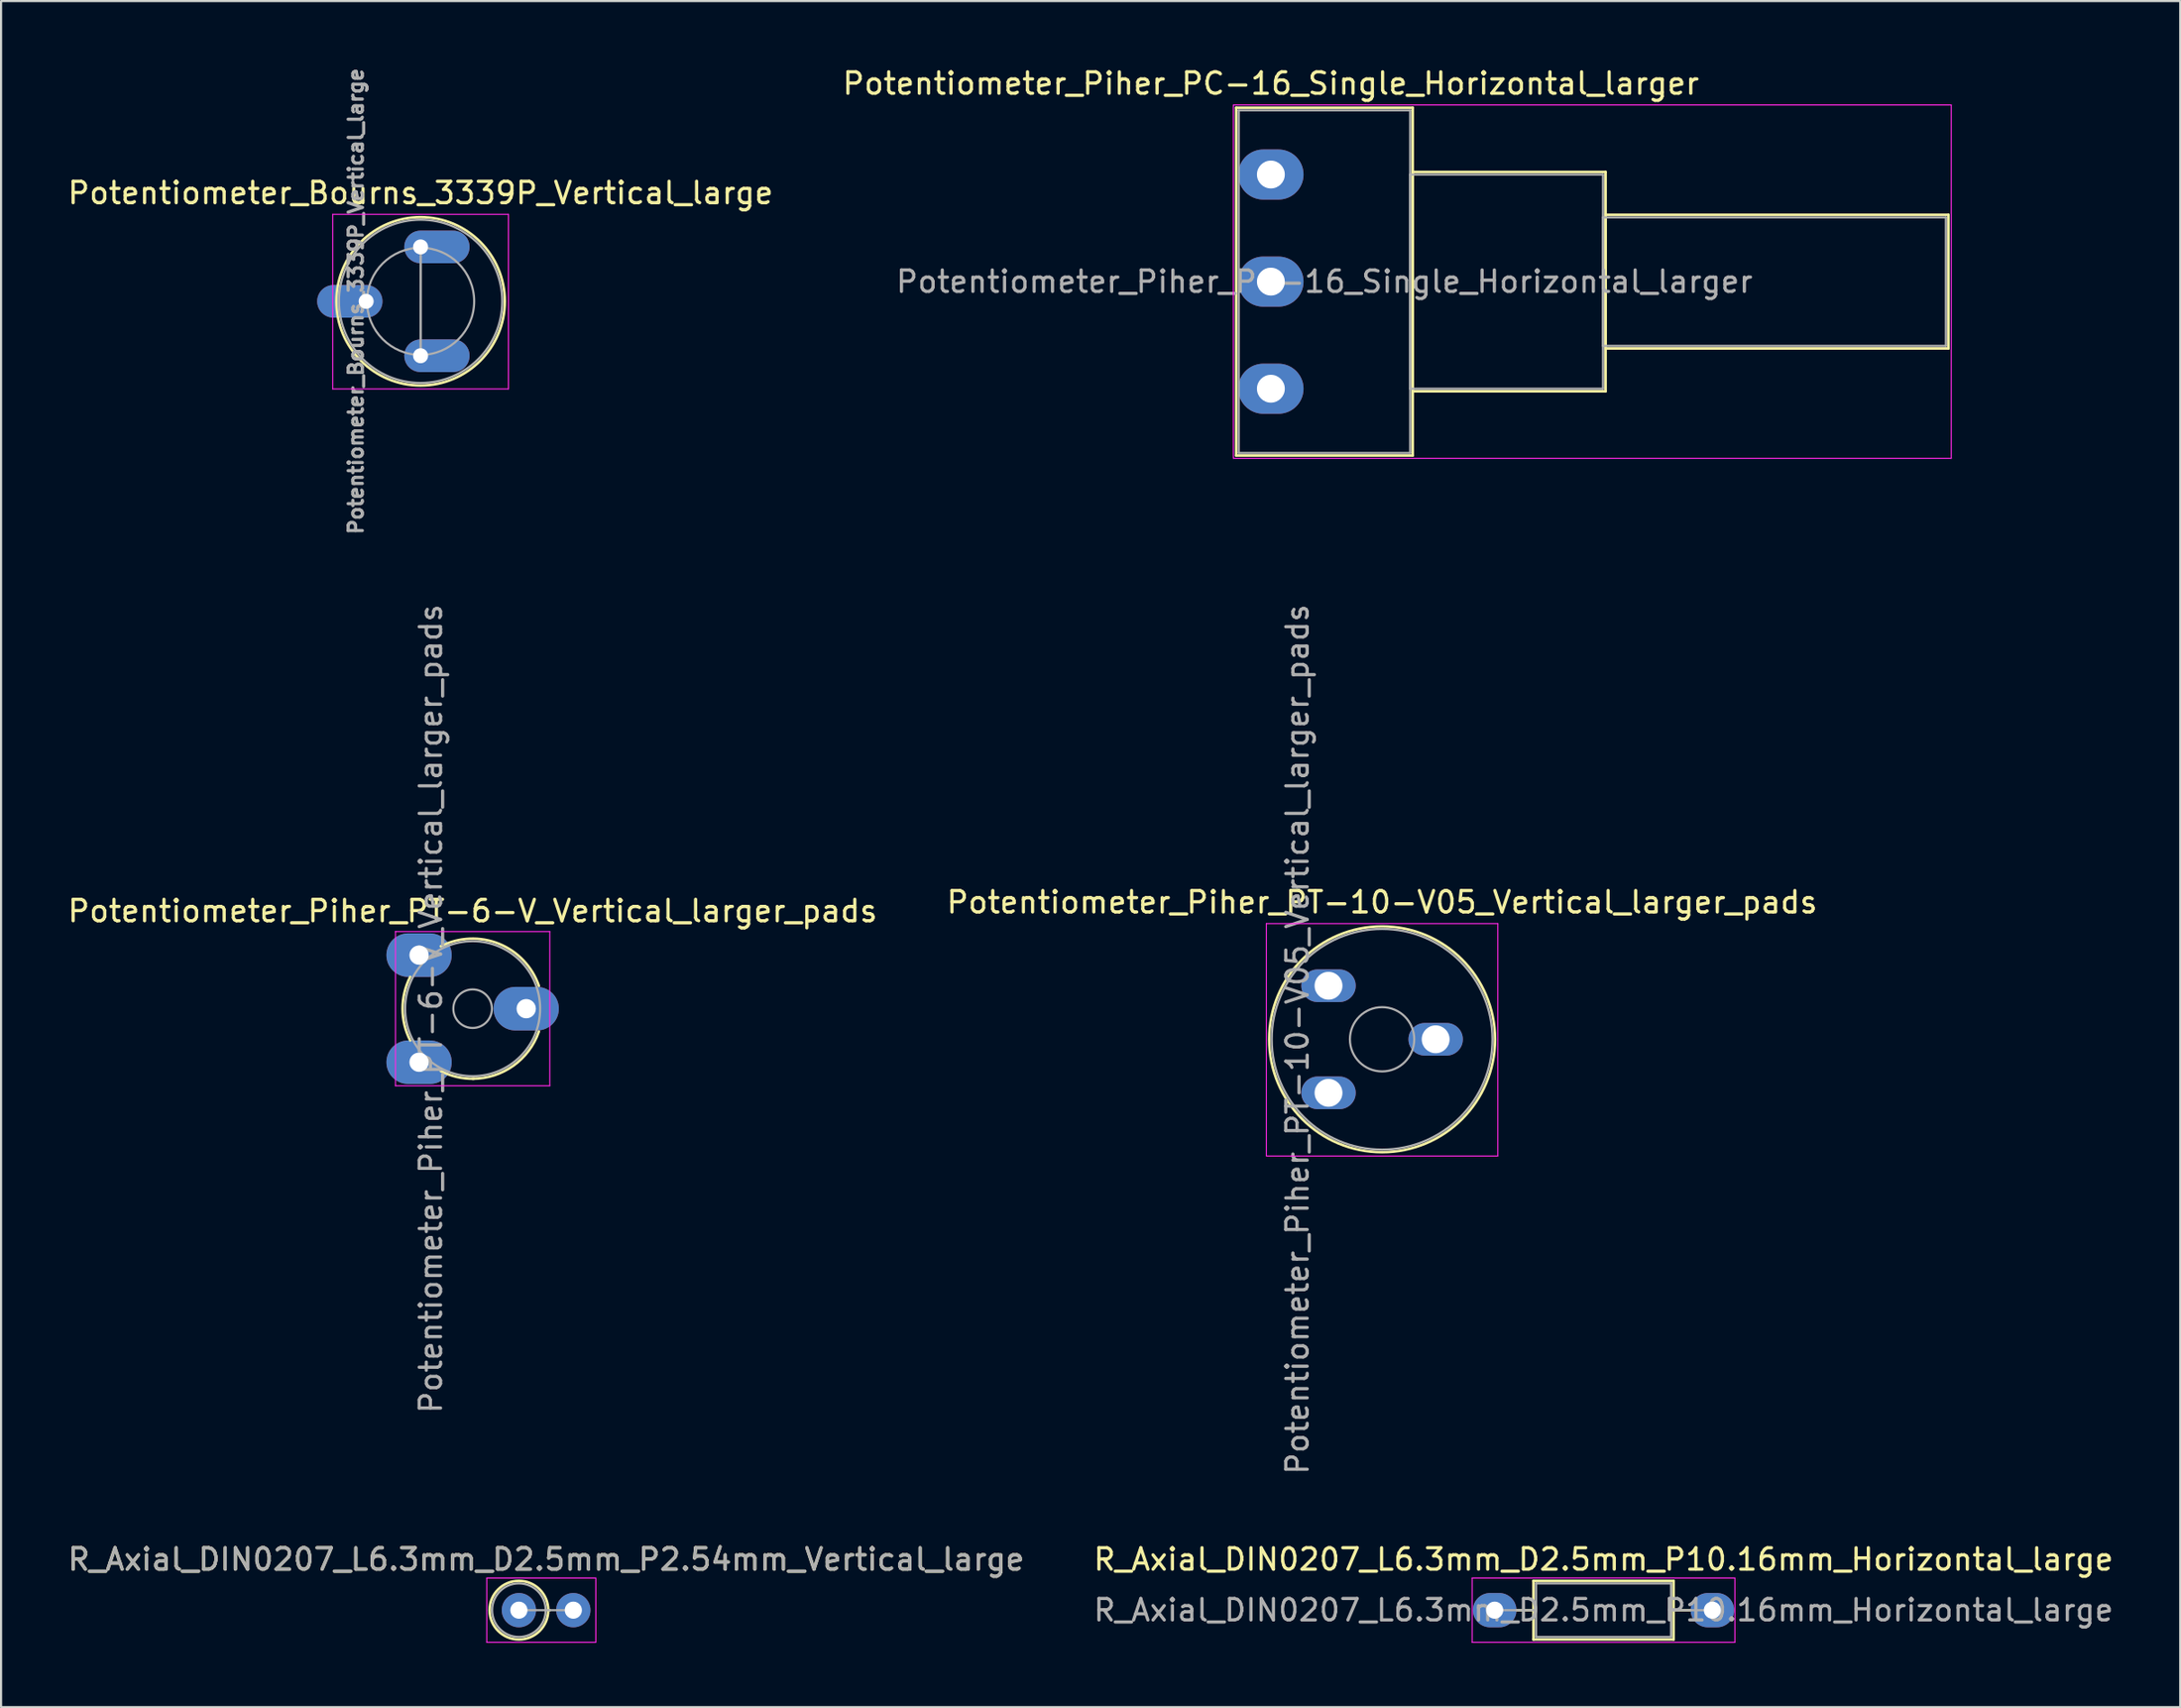
<source format=kicad_pcb>
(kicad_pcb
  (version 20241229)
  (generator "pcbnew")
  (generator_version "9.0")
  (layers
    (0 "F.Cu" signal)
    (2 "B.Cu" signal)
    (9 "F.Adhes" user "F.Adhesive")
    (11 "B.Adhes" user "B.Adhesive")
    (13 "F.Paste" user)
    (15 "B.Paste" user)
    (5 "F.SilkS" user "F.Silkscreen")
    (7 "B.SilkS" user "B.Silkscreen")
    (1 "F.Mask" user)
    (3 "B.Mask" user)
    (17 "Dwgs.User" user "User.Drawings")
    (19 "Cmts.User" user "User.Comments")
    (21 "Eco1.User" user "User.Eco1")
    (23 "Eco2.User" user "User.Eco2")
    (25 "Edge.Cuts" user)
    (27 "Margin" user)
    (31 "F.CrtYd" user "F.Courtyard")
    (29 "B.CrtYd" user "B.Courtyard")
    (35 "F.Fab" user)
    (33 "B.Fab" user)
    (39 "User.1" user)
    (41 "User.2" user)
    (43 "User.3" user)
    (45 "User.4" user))
  (footprint "Potentiometer_Bourns_3339P_Vertical_large"
    (layer "F.Cu")
    (at 16.577 13.558)
    (property "Reference" "Potentiometer_Bourns_3339P_Vertical_large" (at 0 -7.6 0) (layer "F.SilkS") (effects (font (size 1 1) (thickness 0.15))))
    (attr through_hole)
    (fp_circle (center 0 -2.54) (end 3.93 -2.54) (stroke (width 0.12) (type solid)) (fill no) (layer "F.SilkS"))
    (fp_line (start -4.1 -6.6) (end -4.1 1.55) (stroke (width 0.05) (type solid)) (layer "F.CrtYd"))
    (fp_line (start -4.1 1.55) (end 4.1 1.55) (stroke (width 0.05) (type solid)) (layer "F.CrtYd"))
    (fp_line (start 4.1 -6.6) (end -4.1 -6.6) (stroke (width 0.05) (type solid)) (layer "F.CrtYd"))
    (fp_line (start 4.1 1.55) (end 4.1 -6.6) (stroke (width 0.05) (type solid)) (layer "F.CrtYd"))
    (fp_line (start 0 -0.064) (end 0.001 -5.014) (stroke (width 0.1) (type solid)) (layer "F.Fab"))
    (fp_line (start 0 -0.064) (end 0.001 -5.014) (stroke (width 0.1) (type solid)) (layer "F.Fab"))
    (fp_circle (center 0 -2.54) (end 2.5 -2.54) (stroke (width 0.1) (type solid)) (fill no) (layer "F.Fab"))
    (fp_circle (center 0 -2.54) (end 3.81 -2.54) (stroke (width 0.1) (type solid)) (fill no) (layer "F.Fab"))
    (fp_text user "${REFERENCE}" (at -3.018 -2.54 90) (layer "F.Fab") (effects (font (size 0.66 0.66) (thickness 0.15))))
    (pad "1" thru_hole oval (at 0 0) (size 3.048 1.524) (drill 0.7 (offset 0.762 0)) (layers "*.Cu" "*.Mask"))
    (pad "2" thru_hole oval (at -2.54 -2.54) (size 3.048 1.524) (drill 0.7 (offset -0.762 0)) (layers "*.Cu" "*.Mask"))
    (pad "3" thru_hole oval (at 0 -5.08) (size 3.048 1.524) (drill 0.7 (offset 0.762 0)) (layers "*.Cu" "*.Mask")))
  (footprint "Potentiometer_Piher_PT-6-V_Vertical_larger_pads"
    (layer "F.Cu")
    (at 16.506 46.541)
    (property "Reference" "Potentiometer_Piher_PT-6-V_Vertical_larger_pads" (at 2.5 -7.06 0) (layer "F.SilkS") (effects (font (size 1 1) (thickness 0.15))))
    (attr through_hole)
    (fp_arc (start -0.413387 -1.014798) (mid -0.770114 -2.499325) (end -0.414 -3.984) (stroke (width 0.12) (type solid)) (layer "F.SilkS"))
    (fp_arc (start 1.016032 -5.413829) (mid 3.725524 -5.531609) (end 5.592 -3.564) (stroke (width 0.12) (type solid)) (layer "F.SilkS"))
    (fp_arc (start 2.556863 0.770075) (mid 1.764071 0.686696) (end 1.015 0.414) (stroke (width 0.12) (type solid)) (layer "F.SilkS"))
    (fp_arc (start 5.591846 -1.435392) (mid 4.398899 0.162158) (end 2.5 0.77) (stroke (width 0.12) (type solid)) (layer "F.SilkS"))
    (fp_line (start -1.1 -6.1) (end -1.1 1.1) (stroke (width 0.05) (type solid)) (layer "F.CrtYd"))
    (fp_line (start -1.1 1.1) (end 6.1 1.1) (stroke (width 0.05) (type solid)) (layer "F.CrtYd"))
    (fp_line (start 6.1 -6.1) (end -1.1 -6.1) (stroke (width 0.05) (type solid)) (layer "F.CrtYd"))
    (fp_line (start 6.1 1.1) (end 6.1 -6.1) (stroke (width 0.05) (type solid)) (layer "F.CrtYd"))
    (fp_circle (center 2.5 -2.5) (end 3.4 -2.5) (stroke (width 0.1) (type solid)) (fill no) (layer "F.Fab"))
    (fp_circle (center 2.5 -2.5) (end 5.65 -2.5) (stroke (width 0.1) (type solid)) (fill no) (layer "F.Fab"))
    (fp_text user "${REFERENCE}" (at 0.55 -2.5 90) (layer "F.Fab") (effects (font (size 1 1) (thickness 0.15))))
    (pad "1" thru_hole oval (at 0 0) (size 3.048 2.032) (drill 0.9) (layers "*.Cu" "*.Mask"))
    (pad "2" thru_hole oval (at 5 -2.5) (size 3.048 2.032) (drill 0.9) (layers "*.Cu" "*.Mask"))
    (pad "3" thru_hole oval (at 0 -5) (size 3.048 2.032) (drill 0.9) (layers "*.Cu" "*.Mask")))
  (footprint "Potentiometer_Piher_PC-16_Single_Horizontal_larger"
    (layer "F.Cu")
    (at 56.256 15.098)
    (property "Reference" "Potentiometer_Piher_PC-16_Single_Horizontal_larger" (at 0 -14.25 0) (layer "F.SilkS") (effects (font (size 1 1) (thickness 0.15))))
    (attr through_hole)
    (fp_line (start -1.62 -13.12) (end -1.62 3.12) (stroke (width 0.12) (type solid)) (layer "F.SilkS"))
    (fp_line (start -1.62 -13.12) (end 6.62 -13.12) (stroke (width 0.12) (type solid)) (layer "F.SilkS"))
    (fp_line (start -1.62 3.12) (end 6.62 3.12) (stroke (width 0.12) (type solid)) (layer "F.SilkS"))
    (fp_line (start 6.62 -13.12) (end 6.62 3.12) (stroke (width 0.12) (type solid)) (layer "F.SilkS"))
    (fp_line (start 6.62 -10.12) (end 6.62 0.12) (stroke (width 0.12) (type solid)) (layer "F.SilkS"))
    (fp_line (start 6.62 -10.12) (end 15.62 -10.12) (stroke (width 0.12) (type solid)) (layer "F.SilkS"))
    (fp_line (start 6.62 0.12) (end 15.62 0.12) (stroke (width 0.12) (type solid)) (layer "F.SilkS"))
    (fp_line (start 15.62 -10.12) (end 15.62 0.12) (stroke (width 0.12) (type solid)) (layer "F.SilkS"))
    (fp_line (start 15.62 -8.12) (end 15.62 -1.879) (stroke (width 0.12) (type solid)) (layer "F.SilkS"))
    (fp_line (start 15.62 -8.12) (end 31.62 -8.12) (stroke (width 0.12) (type solid)) (layer "F.SilkS"))
    (fp_line (start 15.62 -1.879) (end 31.62 -1.879) (stroke (width 0.12) (type solid)) (layer "F.SilkS"))
    (fp_line (start 31.62 -8.12) (end 31.62 -1.879) (stroke (width 0.12) (type solid)) (layer "F.SilkS"))
    (fp_line (start -1.75 -13.25) (end -1.75 3.25) (stroke (width 0.05) (type solid)) (layer "F.CrtYd"))
    (fp_line (start -1.75 3.25) (end 31.75 3.25) (stroke (width 0.05) (type solid)) (layer "F.CrtYd"))
    (fp_line (start 31.75 -13.25) (end -1.75 -13.25) (stroke (width 0.05) (type solid)) (layer "F.CrtYd"))
    (fp_line (start 31.75 3.25) (end 31.75 -13.25) (stroke (width 0.05) (type solid)) (layer "F.CrtYd"))
    (fp_line (start -1.5 -13) (end -1.5 3) (stroke (width 0.1) (type solid)) (layer "F.Fab"))
    (fp_line (start -1.5 3) (end 6.5 3) (stroke (width 0.1) (type solid)) (layer "F.Fab"))
    (fp_line (start 6.5 -13) (end -1.5 -13) (stroke (width 0.1) (type solid)) (layer "F.Fab"))
    (fp_line (start 6.5 -10) (end 6.5 0) (stroke (width 0.1) (type solid)) (layer "F.Fab"))
    (fp_line (start 6.5 0) (end 15.5 0) (stroke (width 0.1) (type solid)) (layer "F.Fab"))
    (fp_line (start 6.5 3) (end 6.5 -13) (stroke (width 0.1) (type solid)) (layer "F.Fab"))
    (fp_line (start 15.5 -10) (end 6.5 -10) (stroke (width 0.1) (type solid)) (layer "F.Fab"))
    (fp_line (start 15.5 -8) (end 15.5 -2) (stroke (width 0.1) (type solid)) (layer "F.Fab"))
    (fp_line (start 15.5 -2) (end 31.5 -2) (stroke (width 0.1) (type solid)) (layer "F.Fab"))
    (fp_line (start 15.5 0) (end 15.5 -10) (stroke (width 0.1) (type solid)) (layer "F.Fab"))
    (fp_line (start 31.5 -8) (end 15.5 -8) (stroke (width 0.1) (type solid)) (layer "F.Fab"))
    (fp_line (start 31.5 -2) (end 31.5 -8) (stroke (width 0.1) (type solid)) (layer "F.Fab"))
    (fp_text user "${REFERENCE}" (at 2.5 -5 0) (layer "F.Fab") (effects (font (size 1 1) (thickness 0.15))))
    (pad "1" thru_hole oval (at 0 0) (size 3.048 2.34) (drill 1.3) (layers "*.Cu" "*.Mask"))
    (pad "2" thru_hole oval (at 0 -5) (size 3.048 2.34) (drill 1.3) (layers "*.Cu" "*.Mask"))
    (pad "3" thru_hole oval (at 0 -10) (size 3.048 2.34) (drill 1.3) (layers "*.Cu" "*.Mask")))
  (footprint "Potentiometer_Piher_PT-10-V05_Vertical_larger_pads"
    (layer "F.Cu")
    (at 58.946 47.97)
    (property "Reference" "Potentiometer_Piher_PT-10-V05_Vertical_larger_pads" (at 2.5 -8.9 0) (layer "F.SilkS") (effects (font (size 1 1) (thickness 0.15))))
    (attr through_hole)
    (fp_circle (center 2.501 -2.5) (end 7.771 -2.5) (stroke (width 0.12) (type solid)) (fill no) (layer "F.SilkS"))
    (fp_line (start -2.9 -7.9) (end -2.9 2.95) (stroke (width 0.05) (type solid)) (layer "F.CrtYd"))
    (fp_line (start -2.9 2.95) (end 7.9 2.95) (stroke (width 0.05) (type solid)) (layer "F.CrtYd"))
    (fp_line (start 7.9 -7.9) (end -2.9 -7.9) (stroke (width 0.05) (type solid)) (layer "F.CrtYd"))
    (fp_line (start 7.9 2.95) (end 7.9 -7.9) (stroke (width 0.05) (type solid)) (layer "F.CrtYd"))
    (fp_circle (center 2.5 -2.5) (end 4 -2.5) (stroke (width 0.1) (type solid)) (fill no) (layer "F.Fab"))
    (fp_circle (center 2.5 -2.5) (end 7.65 -2.5) (stroke (width 0.1) (type solid)) (fill no) (layer "F.Fab"))
    (fp_text user "${REFERENCE}" (at -1.45 -2.5 90) (layer "F.Fab") (effects (font (size 1 1) (thickness 0.15))))
    (pad "1" thru_hole oval (at 0 0) (size 2.54 1.524) (drill 1.3) (layers "*.Cu" "*.Mask"))
    (pad "2" thru_hole oval (at 5 -2.5) (size 2.54 1.524) (drill 1.3) (layers "*.Cu" "*.Mask"))
    (pad "3" thru_hole oval (at 0 -5) (size 2.54 1.524) (drill 1.3) (layers "*.Cu" "*.Mask")))
  (footprint "R_Axial_DIN0207_L6.3mm_D2.5mm_P2.54mm_Vertical_large"
    (layer "F.Cu")
    (at 21.165 72.122)
    (property "Reference" "R_Axial_DIN0207_L6.3mm_D2.5mm_P2.54mm_Vertical_large" (at 1.27 -2.37 0) (layer "F.SilkS") (effects (font (size 1 1) (thickness 0.15))))
    (attr through_hole)
    (fp_line (start 1.37 0) (end 1.44 0) (stroke (width 0.12) (type solid)) (layer "F.SilkS"))
    (fp_circle (center 0 0) (end 1.37 0) (stroke (width 0.12) (type solid)) (fill no) (layer "F.SilkS"))
    (fp_line (start -1.5 -1.5) (end -1.5 1.5) (stroke (width 0.05) (type solid)) (layer "F.CrtYd"))
    (fp_line (start -1.5 1.5) (end 3.59 1.5) (stroke (width 0.05) (type solid)) (layer "F.CrtYd"))
    (fp_line (start 3.59 -1.5) (end -1.5 -1.5) (stroke (width 0.05) (type solid)) (layer "F.CrtYd"))
    (fp_line (start 3.59 1.5) (end 3.59 -1.5) (stroke (width 0.05) (type solid)) (layer "F.CrtYd"))
    (fp_line (start 0 0) (end 2.54 0) (stroke (width 0.1) (type solid)) (layer "F.Fab"))
    (fp_circle (center 0 0) (end 1.25 0) (stroke (width 0.1) (type solid)) (fill no) (layer "F.Fab"))
    (fp_text user "${REFERENCE}" (at 1.27 -2.37 0) (layer "F.Fab") (effects (font (size 1 1) (thickness 0.15))))
    (pad "1" thru_hole circle (at 0 0) (size 1.6 1.6) (drill 0.8) (layers "*.Cu" "*.Mask"))
    (pad "2" thru_hole oval (at 2.54 0) (size 1.6 1.6) (drill 0.8) (layers "*.Cu" "*.Mask")))
  (footprint "R_Axial_DIN0207_L6.3mm_D2.5mm_P10.16mm_Horizontal_large"
    (layer "F.Cu")
    (at 66.7 72.122)
    (property "Reference" "R_Axial_DIN0207_L6.3mm_D2.5mm_P10.16mm_Horizontal_large" (at 5.08 -2.37 0) (layer "F.SilkS") (effects (font (size 1 1) (thickness 0.15))))
    (attr through_hole)
    (fp_line (start 1.04 0) (end 1.81 0) (stroke (width 0.12) (type solid)) (layer "F.SilkS"))
    (fp_line (start 1.81 -1.37) (end 1.81 1.37) (stroke (width 0.12) (type solid)) (layer "F.SilkS"))
    (fp_line (start 1.81 1.37) (end 8.35 1.37) (stroke (width 0.12) (type solid)) (layer "F.SilkS"))
    (fp_line (start 8.35 -1.37) (end 1.81 -1.37) (stroke (width 0.12) (type solid)) (layer "F.SilkS"))
    (fp_line (start 8.35 1.37) (end 8.35 -1.37) (stroke (width 0.12) (type solid)) (layer "F.SilkS"))
    (fp_line (start 9.12 0) (end 8.35 0) (stroke (width 0.12) (type solid)) (layer "F.SilkS"))
    (fp_line (start -1.05 -1.5) (end -1.05 1.5) (stroke (width 0.05) (type solid)) (layer "F.CrtYd"))
    (fp_line (start -1.05 1.5) (end 11.21 1.5) (stroke (width 0.05) (type solid)) (layer "F.CrtYd"))
    (fp_line (start 11.21 -1.5) (end -1.05 -1.5) (stroke (width 0.05) (type solid)) (layer "F.CrtYd"))
    (fp_line (start 11.21 1.5) (end 11.21 -1.5) (stroke (width 0.05) (type solid)) (layer "F.CrtYd"))
    (fp_line (start 0 0) (end 1.93 0) (stroke (width 0.1) (type solid)) (layer "F.Fab"))
    (fp_line (start 1.93 -1.25) (end 1.93 1.25) (stroke (width 0.1) (type solid)) (layer "F.Fab"))
    (fp_line (start 1.93 1.25) (end 8.23 1.25) (stroke (width 0.1) (type solid)) (layer "F.Fab"))
    (fp_line (start 8.23 -1.25) (end 1.93 -1.25) (stroke (width 0.1) (type solid)) (layer "F.Fab"))
    (fp_line (start 8.23 1.25) (end 8.23 -1.25) (stroke (width 0.1) (type solid)) (layer "F.Fab"))
    (fp_line (start 10.16 0) (end 8.23 0) (stroke (width 0.1) (type solid)) (layer "F.Fab"))
    (fp_text user "${REFERENCE}" (at 5.08 0 0) (layer "F.Fab") (effects (font (size 1 1) (thickness 0.15))))
    (pad "1" thru_hole oval (at 0 0) (size 2.032 1.6) (drill 0.8) (layers "*.Cu" "*.Mask"))
    (pad "2" thru_hole oval (at 10.16 0) (size 2.032 1.6) (drill 0.8) (layers "*.Cu" "*.Mask")))
  (gr_rect
    (start -3 -3)
    (end 98.69 76.647)
    (stroke (width 0.1) (type default))
    (fill no)
    (layer "Edge.Cuts")))
</source>
